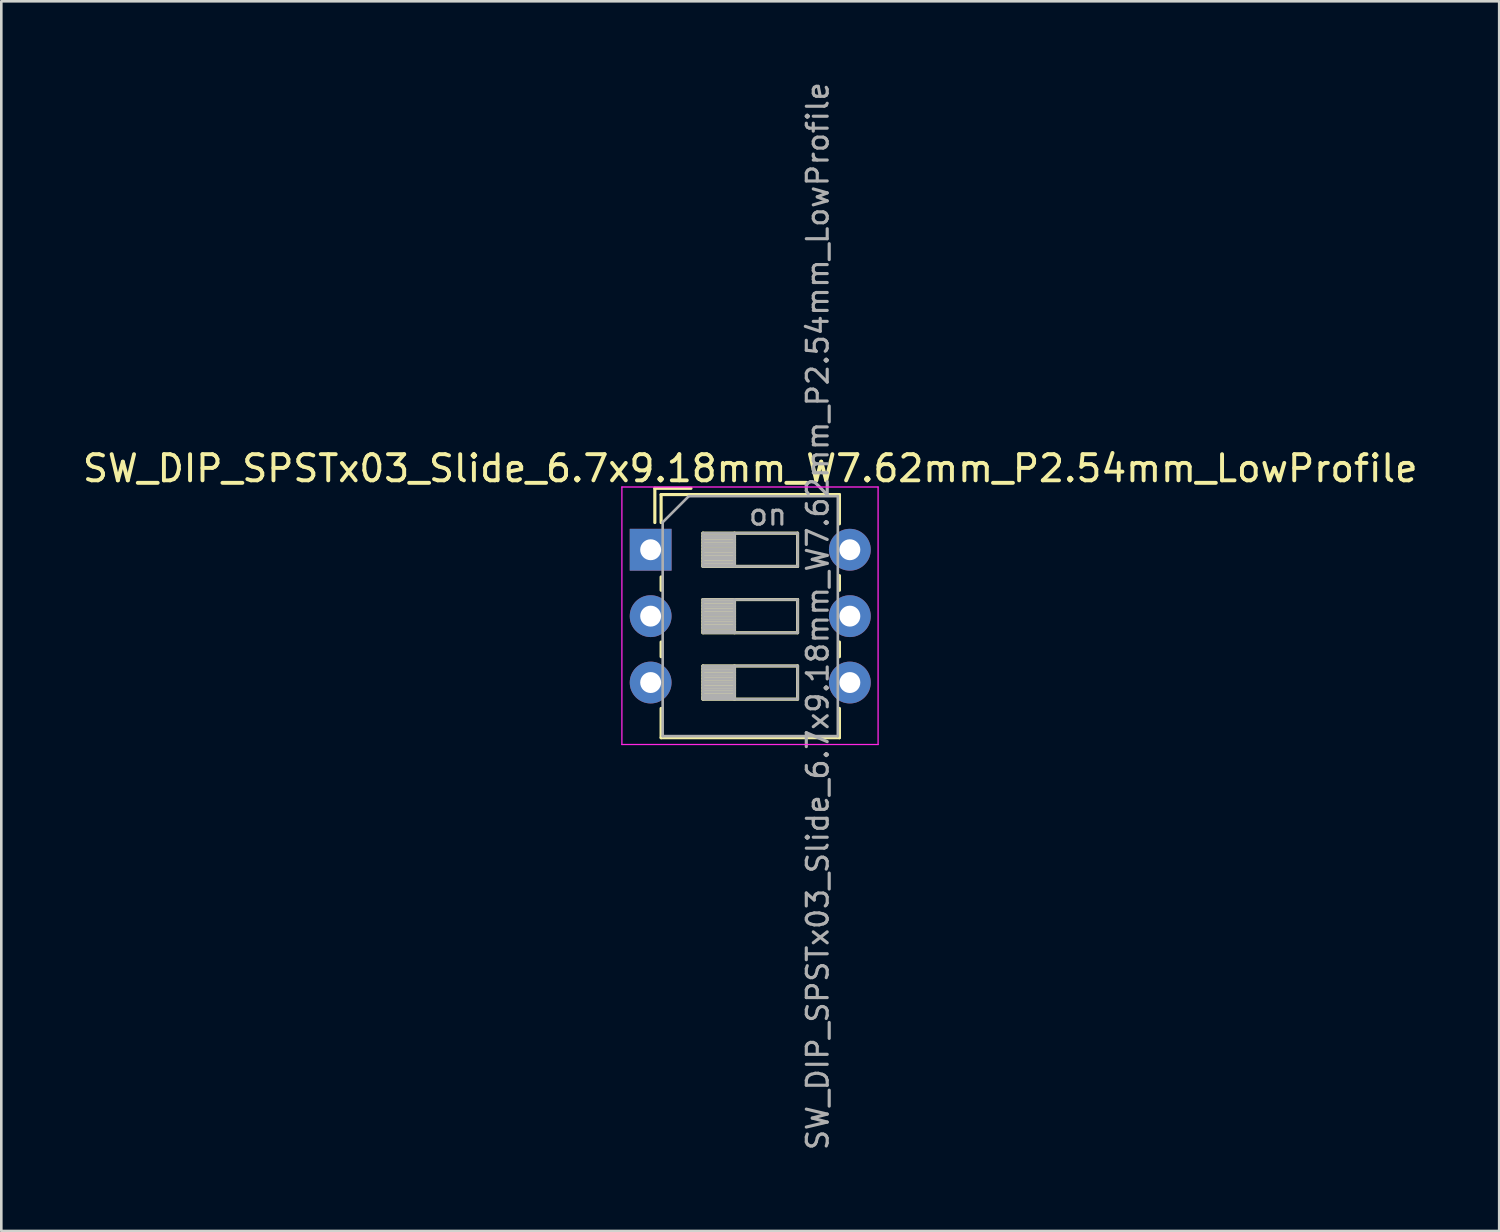
<source format=kicad_pcb>
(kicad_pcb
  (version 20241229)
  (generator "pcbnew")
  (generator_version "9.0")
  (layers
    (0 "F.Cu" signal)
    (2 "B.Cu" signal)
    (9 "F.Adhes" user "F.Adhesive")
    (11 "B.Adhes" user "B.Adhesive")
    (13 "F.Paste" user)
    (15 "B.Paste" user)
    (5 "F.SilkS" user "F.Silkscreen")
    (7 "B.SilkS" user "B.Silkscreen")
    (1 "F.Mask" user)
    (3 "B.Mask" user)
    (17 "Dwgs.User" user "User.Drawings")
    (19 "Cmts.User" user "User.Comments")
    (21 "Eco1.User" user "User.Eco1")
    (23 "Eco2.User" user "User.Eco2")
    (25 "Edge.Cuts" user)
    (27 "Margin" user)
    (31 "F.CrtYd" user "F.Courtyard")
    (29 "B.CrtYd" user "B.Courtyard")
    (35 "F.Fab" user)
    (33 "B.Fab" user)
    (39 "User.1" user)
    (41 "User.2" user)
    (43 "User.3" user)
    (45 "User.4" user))
  (footprint "SW_DIP_SPSTx03_Slide_6.7x9.18mm_W7.62mm_P2.54mm_LowProfile"
    (layer "F.Cu")
    (at 21.839 17.979)
    (property "Reference" "SW_DIP_SPSTx03_Slide_6.7x9.18mm_W7.62mm_P2.54mm_LowProfile" (at 3.81 -3.11 180) (layer "F.SilkS") (effects (font (size 1 1) (thickness 0.15))))
    (attr through_hole)
    (fp_line (start 0.16 -2.35) (end 0.16 -1.04) (stroke (width 0.12) (type solid)) (layer "F.SilkS"))
    (fp_line (start 0.16 -2.35) (end 1.543 -2.35) (stroke (width 0.12) (type solid)) (layer "F.SilkS"))
    (fp_line (start 0.4 -2.11) (end 0.4 -1.04) (stroke (width 0.12) (type solid)) (layer "F.SilkS"))
    (fp_line (start 0.4 -2.11) (end 7.221 -2.11) (stroke (width 0.12) (type solid)) (layer "F.SilkS"))
    (fp_line (start 0.4 1.04) (end 0.4 1.551) (stroke (width 0.12) (type solid)) (layer "F.SilkS"))
    (fp_line (start 0.4 3.53) (end 0.4 4.091) (stroke (width 0.12) (type solid)) (layer "F.SilkS"))
    (fp_line (start 0.4 6.07) (end 0.4 7.19) (stroke (width 0.12) (type solid)) (layer "F.SilkS"))
    (fp_line (start 0.4 7.19) (end 7.221 7.19) (stroke (width 0.12) (type solid)) (layer "F.SilkS"))
    (fp_line (start 2 -0.635) (end 2 0.635) (stroke (width 0.12) (type solid)) (layer "F.SilkS"))
    (fp_line (start 2 -0.515) (end 3.207 -0.515) (stroke (width 0.12) (type solid)) (layer "F.SilkS"))
    (fp_line (start 2 -0.395) (end 3.207 -0.395) (stroke (width 0.12) (type solid)) (layer "F.SilkS"))
    (fp_line (start 2 -0.275) (end 3.207 -0.275) (stroke (width 0.12) (type solid)) (layer "F.SilkS"))
    (fp_line (start 2 -0.155) (end 3.207 -0.155) (stroke (width 0.12) (type solid)) (layer "F.SilkS"))
    (fp_line (start 2 -0.035) (end 3.207 -0.035) (stroke (width 0.12) (type solid)) (layer "F.SilkS"))
    (fp_line (start 2 0.085) (end 3.207 0.085) (stroke (width 0.12) (type solid)) (layer "F.SilkS"))
    (fp_line (start 2 0.205) (end 3.207 0.205) (stroke (width 0.12) (type solid)) (layer "F.SilkS"))
    (fp_line (start 2 0.325) (end 3.207 0.325) (stroke (width 0.12) (type solid)) (layer "F.SilkS"))
    (fp_line (start 2 0.445) (end 3.207 0.445) (stroke (width 0.12) (type solid)) (layer "F.SilkS"))
    (fp_line (start 2 0.565) (end 3.207 0.565) (stroke (width 0.12) (type solid)) (layer "F.SilkS"))
    (fp_line (start 2 0.635) (end 5.62 0.635) (stroke (width 0.12) (type solid)) (layer "F.SilkS"))
    (fp_line (start 2 1.905) (end 2 3.175) (stroke (width 0.12) (type solid)) (layer "F.SilkS"))
    (fp_line (start 2 2.025) (end 3.207 2.025) (stroke (width 0.12) (type solid)) (layer "F.SilkS"))
    (fp_line (start 2 2.145) (end 3.207 2.145) (stroke (width 0.12) (type solid)) (layer "F.SilkS"))
    (fp_line (start 2 2.265) (end 3.207 2.265) (stroke (width 0.12) (type solid)) (layer "F.SilkS"))
    (fp_line (start 2 2.385) (end 3.207 2.385) (stroke (width 0.12) (type solid)) (layer "F.SilkS"))
    (fp_line (start 2 2.505) (end 3.207 2.505) (stroke (width 0.12) (type solid)) (layer "F.SilkS"))
    (fp_line (start 2 2.625) (end 3.207 2.625) (stroke (width 0.12) (type solid)) (layer "F.SilkS"))
    (fp_line (start 2 2.745) (end 3.207 2.745) (stroke (width 0.12) (type solid)) (layer "F.SilkS"))
    (fp_line (start 2 2.865) (end 3.207 2.865) (stroke (width 0.12) (type solid)) (layer "F.SilkS"))
    (fp_line (start 2 2.985) (end 3.207 2.985) (stroke (width 0.12) (type solid)) (layer "F.SilkS"))
    (fp_line (start 2 3.105) (end 3.207 3.105) (stroke (width 0.12) (type solid)) (layer "F.SilkS"))
    (fp_line (start 2 3.175) (end 5.62 3.175) (stroke (width 0.12) (type solid)) (layer "F.SilkS"))
    (fp_line (start 2 4.445) (end 2 5.715) (stroke (width 0.12) (type solid)) (layer "F.SilkS"))
    (fp_line (start 2 4.565) (end 3.207 4.565) (stroke (width 0.12) (type solid)) (layer "F.SilkS"))
    (fp_line (start 2 4.685) (end 3.207 4.685) (stroke (width 0.12) (type solid)) (layer "F.SilkS"))
    (fp_line (start 2 4.805) (end 3.207 4.805) (stroke (width 0.12) (type solid)) (layer "F.SilkS"))
    (fp_line (start 2 4.925) (end 3.207 4.925) (stroke (width 0.12) (type solid)) (layer "F.SilkS"))
    (fp_line (start 2 5.045) (end 3.207 5.045) (stroke (width 0.12) (type solid)) (layer "F.SilkS"))
    (fp_line (start 2 5.165) (end 3.207 5.165) (stroke (width 0.12) (type solid)) (layer "F.SilkS"))
    (fp_line (start 2 5.285) (end 3.207 5.285) (stroke (width 0.12) (type solid)) (layer "F.SilkS"))
    (fp_line (start 2 5.405) (end 3.207 5.405) (stroke (width 0.12) (type solid)) (layer "F.SilkS"))
    (fp_line (start 2 5.525) (end 3.207 5.525) (stroke (width 0.12) (type solid)) (layer "F.SilkS"))
    (fp_line (start 2 5.645) (end 3.207 5.645) (stroke (width 0.12) (type solid)) (layer "F.SilkS"))
    (fp_line (start 2 5.715) (end 5.62 5.715) (stroke (width 0.12) (type solid)) (layer "F.SilkS"))
    (fp_line (start 3.207 -0.635) (end 3.207 0.635) (stroke (width 0.12) (type solid)) (layer "F.SilkS"))
    (fp_line (start 3.207 1.905) (end 3.207 3.175) (stroke (width 0.12) (type solid)) (layer "F.SilkS"))
    (fp_line (start 3.207 4.445) (end 3.207 5.715) (stroke (width 0.12) (type solid)) (layer "F.SilkS"))
    (fp_line (start 5.62 -0.635) (end 2 -0.635) (stroke (width 0.12) (type solid)) (layer "F.SilkS"))
    (fp_line (start 5.62 0.635) (end 5.62 -0.635) (stroke (width 0.12) (type solid)) (layer "F.SilkS"))
    (fp_line (start 5.62 1.905) (end 2 1.905) (stroke (width 0.12) (type solid)) (layer "F.SilkS"))
    (fp_line (start 5.62 3.175) (end 5.62 1.905) (stroke (width 0.12) (type solid)) (layer "F.SilkS"))
    (fp_line (start 5.62 4.445) (end 2 4.445) (stroke (width 0.12) (type solid)) (layer "F.SilkS"))
    (fp_line (start 5.62 5.715) (end 5.62 4.445) (stroke (width 0.12) (type solid)) (layer "F.SilkS"))
    (fp_line (start 7.221 -2.11) (end 7.221 -0.99) (stroke (width 0.12) (type solid)) (layer "F.SilkS"))
    (fp_line (start 7.221 0.99) (end 7.221 1.551) (stroke (width 0.12) (type solid)) (layer "F.SilkS"))
    (fp_line (start 7.221 3.53) (end 7.221 4.091) (stroke (width 0.12) (type solid)) (layer "F.SilkS"))
    (fp_line (start 7.221 6.07) (end 7.221 7.19) (stroke (width 0.12) (type solid)) (layer "F.SilkS"))
    (fp_line (start -1.1 -2.4) (end -1.1 7.45) (stroke (width 0.05) (type solid)) (layer "F.CrtYd"))
    (fp_line (start -1.1 7.45) (end 8.7 7.45) (stroke (width 0.05) (type solid)) (layer "F.CrtYd"))
    (fp_line (start 8.7 -2.4) (end -1.1 -2.4) (stroke (width 0.05) (type solid)) (layer "F.CrtYd"))
    (fp_line (start 8.7 7.45) (end 8.7 -2.4) (stroke (width 0.05) (type solid)) (layer "F.CrtYd"))
    (fp_line (start 0.46 -1.05) (end 1.46 -2.05) (stroke (width 0.1) (type solid)) (layer "F.Fab"))
    (fp_line (start 0.46 7.13) (end 0.46 -1.05) (stroke (width 0.1) (type solid)) (layer "F.Fab"))
    (fp_line (start 1.46 -2.05) (end 7.16 -2.05) (stroke (width 0.1) (type solid)) (layer "F.Fab"))
    (fp_line (start 2 -0.635) (end 2 0.635) (stroke (width 0.1) (type solid)) (layer "F.Fab"))
    (fp_line (start 2 -0.535) (end 3.207 -0.535) (stroke (width 0.1) (type solid)) (layer "F.Fab"))
    (fp_line (start 2 -0.435) (end 3.207 -0.435) (stroke (width 0.1) (type solid)) (layer "F.Fab"))
    (fp_line (start 2 -0.335) (end 3.207 -0.335) (stroke (width 0.1) (type solid)) (layer "F.Fab"))
    (fp_line (start 2 -0.235) (end 3.207 -0.235) (stroke (width 0.1) (type solid)) (layer "F.Fab"))
    (fp_line (start 2 -0.135) (end 3.207 -0.135) (stroke (width 0.1) (type solid)) (layer "F.Fab"))
    (fp_line (start 2 -0.035) (end 3.207 -0.035) (stroke (width 0.1) (type solid)) (layer "F.Fab"))
    (fp_line (start 2 0.065) (end 3.207 0.065) (stroke (width 0.1) (type solid)) (layer "F.Fab"))
    (fp_line (start 2 0.165) (end 3.207 0.165) (stroke (width 0.1) (type solid)) (layer "F.Fab"))
    (fp_line (start 2 0.265) (end 3.207 0.265) (stroke (width 0.1) (type solid)) (layer "F.Fab"))
    (fp_line (start 2 0.365) (end 3.207 0.365) (stroke (width 0.1) (type solid)) (layer "F.Fab"))
    (fp_line (start 2 0.465) (end 3.207 0.465) (stroke (width 0.1) (type solid)) (layer "F.Fab"))
    (fp_line (start 2 0.565) (end 3.207 0.565) (stroke (width 0.1) (type solid)) (layer "F.Fab"))
    (fp_line (start 2 0.635) (end 5.62 0.635) (stroke (width 0.1) (type solid)) (layer "F.Fab"))
    (fp_line (start 2 1.905) (end 2 3.175) (stroke (width 0.1) (type solid)) (layer "F.Fab"))
    (fp_line (start 2 2.005) (end 3.207 2.005) (stroke (width 0.1) (type solid)) (layer "F.Fab"))
    (fp_line (start 2 2.105) (end 3.207 2.105) (stroke (width 0.1) (type solid)) (layer "F.Fab"))
    (fp_line (start 2 2.205) (end 3.207 2.205) (stroke (width 0.1) (type solid)) (layer "F.Fab"))
    (fp_line (start 2 2.305) (end 3.207 2.305) (stroke (width 0.1) (type solid)) (layer "F.Fab"))
    (fp_line (start 2 2.405) (end 3.207 2.405) (stroke (width 0.1) (type solid)) (layer "F.Fab"))
    (fp_line (start 2 2.505) (end 3.207 2.505) (stroke (width 0.1) (type solid)) (layer "F.Fab"))
    (fp_line (start 2 2.605) (end 3.207 2.605) (stroke (width 0.1) (type solid)) (layer "F.Fab"))
    (fp_line (start 2 2.705) (end 3.207 2.705) (stroke (width 0.1) (type solid)) (layer "F.Fab"))
    (fp_line (start 2 2.805) (end 3.207 2.805) (stroke (width 0.1) (type solid)) (layer "F.Fab"))
    (fp_line (start 2 2.905) (end 3.207 2.905) (stroke (width 0.1) (type solid)) (layer "F.Fab"))
    (fp_line (start 2 3.005) (end 3.207 3.005) (stroke (width 0.1) (type solid)) (layer "F.Fab"))
    (fp_line (start 2 3.105) (end 3.207 3.105) (stroke (width 0.1) (type solid)) (layer "F.Fab"))
    (fp_line (start 2 3.175) (end 5.62 3.175) (stroke (width 0.1) (type solid)) (layer "F.Fab"))
    (fp_line (start 2 4.445) (end 2 5.715) (stroke (width 0.1) (type solid)) (layer "F.Fab"))
    (fp_line (start 2 4.545) (end 3.207 4.545) (stroke (width 0.1) (type solid)) (layer "F.Fab"))
    (fp_line (start 2 4.645) (end 3.207 4.645) (stroke (width 0.1) (type solid)) (layer "F.Fab"))
    (fp_line (start 2 4.745) (end 3.207 4.745) (stroke (width 0.1) (type solid)) (layer "F.Fab"))
    (fp_line (start 2 4.845) (end 3.207 4.845) (stroke (width 0.1) (type solid)) (layer "F.Fab"))
    (fp_line (start 2 4.945) (end 3.207 4.945) (stroke (width 0.1) (type solid)) (layer "F.Fab"))
    (fp_line (start 2 5.045) (end 3.207 5.045) (stroke (width 0.1) (type solid)) (layer "F.Fab"))
    (fp_line (start 2 5.145) (end 3.207 5.145) (stroke (width 0.1) (type solid)) (layer "F.Fab"))
    (fp_line (start 2 5.245) (end 3.207 5.245) (stroke (width 0.1) (type solid)) (layer "F.Fab"))
    (fp_line (start 2 5.345) (end 3.207 5.345) (stroke (width 0.1) (type solid)) (layer "F.Fab"))
    (fp_line (start 2 5.445) (end 3.207 5.445) (stroke (width 0.1) (type solid)) (layer "F.Fab"))
    (fp_line (start 2 5.545) (end 3.207 5.545) (stroke (width 0.1) (type solid)) (layer "F.Fab"))
    (fp_line (start 2 5.645) (end 3.207 5.645) (stroke (width 0.1) (type solid)) (layer "F.Fab"))
    (fp_line (start 2 5.715) (end 5.62 5.715) (stroke (width 0.1) (type solid)) (layer "F.Fab"))
    (fp_line (start 3.207 -0.635) (end 3.207 0.635) (stroke (width 0.1) (type solid)) (layer "F.Fab"))
    (fp_line (start 3.207 1.905) (end 3.207 3.175) (stroke (width 0.1) (type solid)) (layer "F.Fab"))
    (fp_line (start 3.207 4.445) (end 3.207 5.715) (stroke (width 0.1) (type solid)) (layer "F.Fab"))
    (fp_line (start 5.62 -0.635) (end 2 -0.635) (stroke (width 0.1) (type solid)) (layer "F.Fab"))
    (fp_line (start 5.62 0.635) (end 5.62 -0.635) (stroke (width 0.1) (type solid)) (layer "F.Fab"))
    (fp_line (start 5.62 1.905) (end 2 1.905) (stroke (width 0.1) (type solid)) (layer "F.Fab"))
    (fp_line (start 5.62 3.175) (end 5.62 1.905) (stroke (width 0.1) (type solid)) (layer "F.Fab"))
    (fp_line (start 5.62 4.445) (end 2 4.445) (stroke (width 0.1) (type solid)) (layer "F.Fab"))
    (fp_line (start 5.62 5.715) (end 5.62 4.445) (stroke (width 0.1) (type solid)) (layer "F.Fab"))
    (fp_line (start 7.16 -2.05) (end 7.16 7.13) (stroke (width 0.1) (type solid)) (layer "F.Fab"))
    (fp_line (start 7.16 7.13) (end 0.46 7.13) (stroke (width 0.1) (type solid)) (layer "F.Fab"))
    (fp_text user "${REFERENCE}" (at 6.39 2.54 270) (layer "F.Fab") (effects (font (size 0.8 0.8) (thickness 0.12))))
    (fp_text user "on" (at 4.485 -1.343 180) (layer "F.Fab") (effects (font (size 0.8 0.8) (thickness 0.12))))
    (pad "1" thru_hole rect (at 0 0) (size 1.6 1.6) (drill 0.8) (layers "*.Cu" "*.Mask"))
    (pad "2" thru_hole oval (at 0 2.54) (size 1.6 1.6) (drill 0.8) (layers "*.Cu" "*.Mask"))
    (pad "3" thru_hole oval (at 0 5.08) (size 1.6 1.6) (drill 0.8) (layers "*.Cu" "*.Mask"))
    (pad "4" thru_hole oval (at 7.62 5.08) (size 1.6 1.6) (drill 0.8) (layers "*.Cu" "*.Mask"))
    (pad "5" thru_hole oval (at 7.62 2.54) (size 1.6 1.6) (drill 0.8) (layers "*.Cu" "*.Mask"))
    (pad "6" thru_hole oval (at 7.62 0) (size 1.6 1.6) (drill 0.8) (layers "*.Cu" "*.Mask")))
  (gr_rect
    (start -3 -3)
    (end 54.298 44.038)
    (stroke (width 0.1) (type default))
    (fill no)
    (layer "Edge.Cuts")))
</source>
